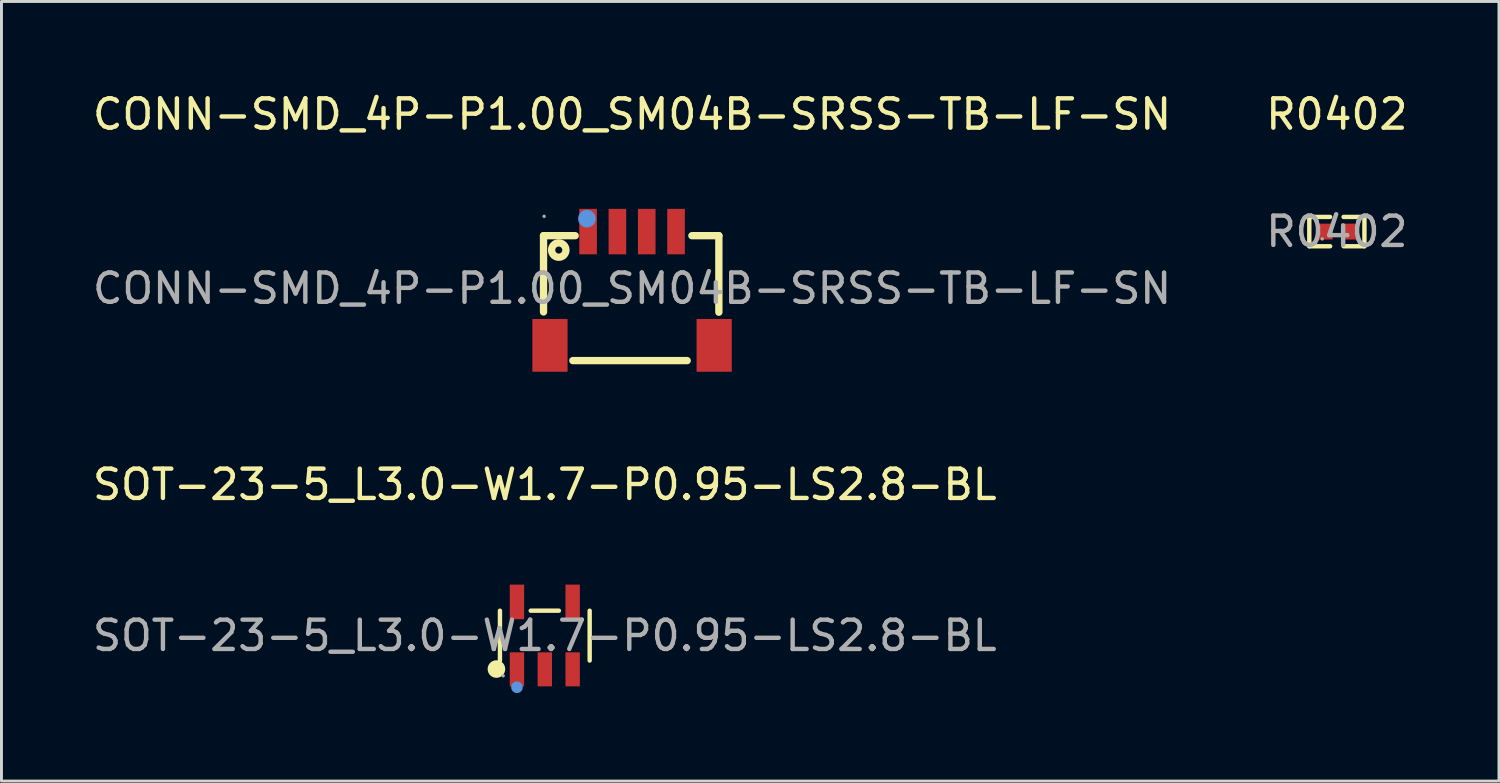
<source format=kicad_pcb>
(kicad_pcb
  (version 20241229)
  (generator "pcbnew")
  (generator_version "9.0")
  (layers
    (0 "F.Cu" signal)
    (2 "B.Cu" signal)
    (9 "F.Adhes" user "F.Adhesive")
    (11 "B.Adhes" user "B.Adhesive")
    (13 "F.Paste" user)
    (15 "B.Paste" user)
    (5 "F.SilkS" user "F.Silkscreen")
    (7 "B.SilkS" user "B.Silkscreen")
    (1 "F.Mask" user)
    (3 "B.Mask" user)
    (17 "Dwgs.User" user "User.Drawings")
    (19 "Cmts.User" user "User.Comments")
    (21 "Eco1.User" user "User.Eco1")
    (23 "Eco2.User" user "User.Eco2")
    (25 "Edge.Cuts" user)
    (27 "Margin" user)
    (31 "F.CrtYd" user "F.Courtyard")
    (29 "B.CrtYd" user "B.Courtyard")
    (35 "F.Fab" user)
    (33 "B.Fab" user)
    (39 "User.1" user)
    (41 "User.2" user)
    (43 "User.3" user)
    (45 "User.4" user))
  (footprint "SOT-23-5_L3.0-W1.7-P0.95-LS2.8-BL"
    (layer "F.Cu")
    (at 15.53 18.627)
    (property "Reference" "SOT-23-5_L3.0-W1.7-P0.95-LS2.8-BL" (at 0 -5.15 0) (layer "F.SilkS") (effects (font (size 1 1) (thickness 0.15))))
    (attr smd)
    (fp_line (start -1.53 0.85) (end -1.53 -0.85) (stroke (width 0.15) (type solid)) (layer "F.SilkS"))
    (fp_line (start 0.48 -0.85) (end -0.48 -0.85) (stroke (width 0.15) (type solid)) (layer "F.SilkS"))
    (fp_line (start 1.53 0.85) (end 1.53 -0.85) (stroke (width 0.15) (type solid)) (layer "F.SilkS"))
    (fp_circle (center -1.65 1.14) (end -1.5 1.14) (stroke (width 0.3) (type solid)) (fill no) (layer "F.SilkS"))
    (fp_circle (center -0.95 1.76) (end -0.85 1.76) (stroke (width 0.2) (type solid)) (fill no) (layer "Cmts.User"))
    (fp_circle (center -1.42 1.37) (end -1.39 1.37) (stroke (width 0.06) (type solid)) (fill no) (layer "F.Fab"))
    (fp_text user "${REFERENCE}" (at 0 0 0) (layer "F.Fab") (effects (font (size 1 1) (thickness 0.15))))
    (pad "1" smd rect (at -0.95 1.15) (size 0.49 1.16) (layers "F.Cu" "F.Mask" "F.Paste"))
    (pad "2" smd rect (at 0 1.15) (size 0.49 1.16) (layers "F.Cu" "F.Mask" "F.Paste"))
    (pad "3" smd rect (at 0.95 1.15) (size 0.49 1.16) (layers "F.Cu" "F.Mask" "F.Paste"))
    (pad "4" smd rect (at 0.95 -1.15) (size 0.49 1.18) (layers "F.Cu" "F.Mask" "F.Paste"))
    (pad "5" smd rect (at -0.95 -1.15) (size 0.49 1.18) (layers "F.Cu" "F.Mask" "F.Paste")))
  (footprint "R0402"
    (layer "F.Cu")
    (at 42.542 4.848)
    (property "Reference" "R0402" (at 0 -4 0) (layer "F.SilkS") (effects (font (size 1 1) (thickness 0.15))))
    (attr smd)
    (fp_line (start -0.94 -0.5) (end -0.23 -0.5) (stroke (width 0.15) (type solid)) (layer "F.SilkS"))
    (fp_line (start -0.94 0.5) (end -0.94 -0.5) (stroke (width 0.15) (type solid)) (layer "F.SilkS"))
    (fp_line (start -0.23 0.5) (end -0.94 0.5) (stroke (width 0.15) (type solid)) (layer "F.SilkS"))
    (fp_line (start 0.23 0.5) (end 0.94 0.5) (stroke (width 0.15) (type solid)) (layer "F.SilkS"))
    (fp_line (start 0.94 -0.5) (end 0.23 -0.5) (stroke (width 0.15) (type solid)) (layer "F.SilkS"))
    (fp_line (start 0.94 0.5) (end 0.94 -0.5) (stroke (width 0.15) (type solid)) (layer "F.SilkS"))
    (fp_circle (center -0.5 0.25) (end -0.47 0.25) (stroke (width 0.06) (type solid)) (fill no) (layer "F.Fab"))
    (fp_text user "${REFERENCE}" (at 0 0 0) (layer "F.Fab") (effects (font (size 1 1) (thickness 0.15))))
    (pad "1" smd rect (at -0.43 0) (size 0.57 0.54) (layers "F.Cu" "F.Mask" "F.Paste"))
    (pad "2" smd rect (at 0.43 0) (size 0.57 0.54) (layers "F.Cu" "F.Mask" "F.Paste")))
  (footprint "CONN-SMD_4P-P1.00_SM04B-SRSS-TB-LF-SN"
    (layer "F.Cu")
    (at 18.506 6.788)
    (property "Reference" "CONN-SMD_4P-P1.00_SM04B-SRSS-TB-LF-SN" (at 0 -5.94 0) (layer "F.SilkS") (effects (font (size 1 1) (thickness 0.15))))
    (attr smd)
    (fp_line (start -3.02 -1.8) (end -3.02 0.8) (stroke (width 0.25) (type solid)) (layer "F.SilkS"))
    (fp_line (start -2.02 2.46) (end 1.88 2.46) (stroke (width 0.25) (type solid)) (layer "F.SilkS"))
    (fp_line (start -1.94 -1.8) (end -3.02 -1.8) (stroke (width 0.25) (type solid)) (layer "F.SilkS"))
    (fp_line (start 2.04 -1.8) (end 2.96 -1.8) (stroke (width 0.25) (type solid)) (layer "F.SilkS"))
    (fp_line (start 2.96 -1.8) (end 2.96 0.81) (stroke (width 0.25) (type solid)) (layer "F.SilkS"))
    (fp_circle (center -2.5 -1.31) (end -2.38 -1.31) (stroke (width 0.25) (type solid)) (fill no) (layer "F.SilkS"))
    (fp_circle (center -1.54 -2.38) (end -1.39 -2.38) (stroke (width 0.3) (type solid)) (fill no) (layer "Cmts.User"))
    (fp_circle (center -3 -2.46) (end -2.97 -2.46) (stroke (width 0.06) (type solid)) (fill no) (layer "F.Fab"))
    (fp_text user "${REFERENCE}" (at 0 0 0) (layer "F.Fab") (effects (font (size 1 1) (thickness 0.15))))
    (pad "1" smd rect (at -1.5 -1.94) (size 0.6 1.55) (layers "F.Cu" "F.Mask" "F.Paste"))
    (pad "2" smd rect (at -0.5 -1.94) (size 0.6 1.55) (layers "F.Cu" "F.Mask" "F.Paste"))
    (pad "3" smd rect (at 0.5 -1.94) (size 0.6 1.55) (layers "F.Cu" "F.Mask" "F.Paste"))
    (pad "4" smd rect (at 1.5 -1.94) (size 0.6 1.55) (layers "F.Cu" "F.Mask" "F.Paste"))
    (pad "5" smd rect (at 2.8 1.94) (size 1.2 1.8) (layers "F.Cu" "F.Mask" "F.Paste"))
    (pad "6" smd rect (at -2.8 1.94) (size 1.2 1.8) (layers "F.Cu" "F.Mask" "F.Paste")))
  (gr_rect
    (start -3 -3)
    (end 48.071 23.587)
    (stroke (width 0.1) (type default))
    (fill no)
    (layer "Edge.Cuts")))
</source>
